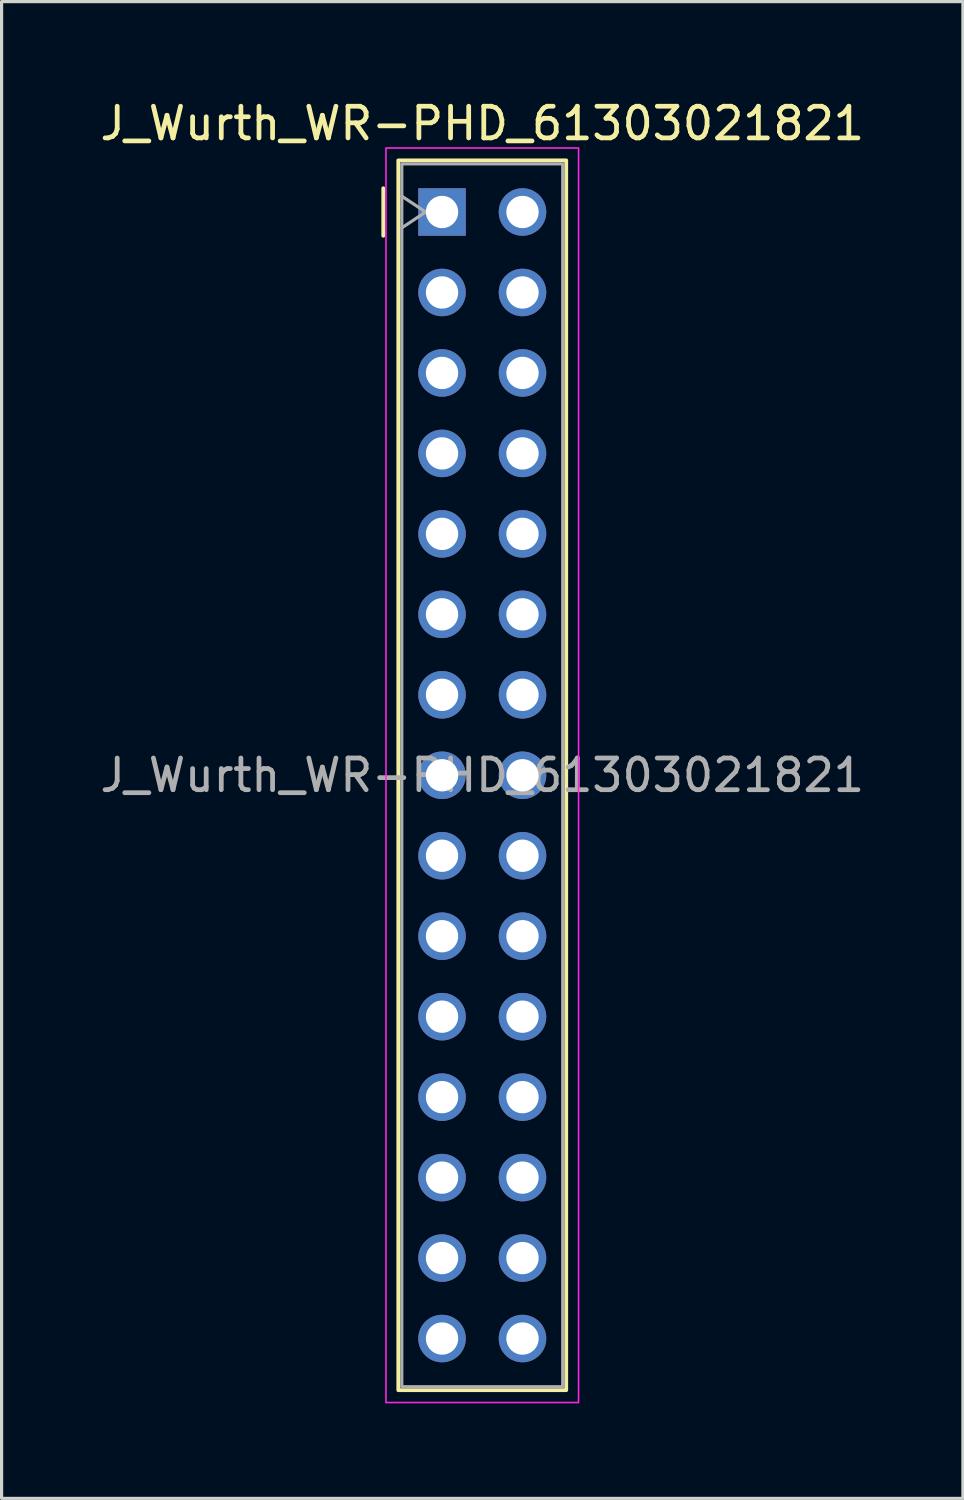
<source format=kicad_pcb>
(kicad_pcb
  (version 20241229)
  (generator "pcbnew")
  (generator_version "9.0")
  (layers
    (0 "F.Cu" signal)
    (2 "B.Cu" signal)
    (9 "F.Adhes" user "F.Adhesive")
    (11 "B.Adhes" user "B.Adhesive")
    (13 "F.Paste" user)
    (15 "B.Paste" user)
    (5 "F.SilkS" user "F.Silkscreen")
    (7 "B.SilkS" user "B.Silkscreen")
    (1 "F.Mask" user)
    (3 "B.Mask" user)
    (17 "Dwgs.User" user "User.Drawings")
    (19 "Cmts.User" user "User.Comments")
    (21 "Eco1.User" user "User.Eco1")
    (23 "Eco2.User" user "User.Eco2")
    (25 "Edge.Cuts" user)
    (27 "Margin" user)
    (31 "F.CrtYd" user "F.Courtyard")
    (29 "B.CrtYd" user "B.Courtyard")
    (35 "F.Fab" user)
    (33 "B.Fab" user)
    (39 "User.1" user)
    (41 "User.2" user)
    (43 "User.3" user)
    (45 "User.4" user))
  (footprint "J_Wurth_WR-PHD_61303021821"
    (layer "F.Cu")
    (at 10.903 3.642)
    (property "Reference" "J_Wurth_WR-PHD_61303021821" (at 1.27 -2.794 0) (unlocked yes) (layer "F.SilkS") (effects (font (size 1 1) (thickness 0.15))))
    (attr through_hole)
    (fp_line (start -1.855 -0.75) (end -1.855 0.75) (stroke (width 0.12) (type solid)) (layer "F.SilkS"))
    (fp_rect (start -1.38 -1.63) (end 3.92 37.19) (stroke (width 0.12) (type solid)) (fill no) (layer "F.SilkS"))
    (fp_rect (start -1.77 -2.02) (end 4.31 37.58) (stroke (width 0.05) (type solid)) (fill no) (layer "F.CrtYd"))
    (fp_line (start -1.27 -0.5) (end -0.52 0) (stroke (width 0.1) (type solid)) (layer "F.Fab"))
    (fp_line (start -0.52 0) (end -1.27 0.5) (stroke (width 0.1) (type solid)) (layer "F.Fab"))
    (fp_rect (start -1.27 -1.52) (end 3.81 37.08) (stroke (width 0.1) (type solid)) (fill no) (layer "F.Fab"))
    (fp_text user "${REFERENCE}" (at 1.27 17.78 0) (unlocked yes) (layer "F.Fab") (effects (font (size 1 1) (thickness 0.15))))
    (pad "1" thru_hole rect (at 0 0) (size 1.5 1.5) (drill 1.02) (layers "*.Cu" "*.Mask"))
    (pad "2" thru_hole circle (at 2.54 0) (size 1.5 1.5) (drill 1.02) (layers "*.Cu" "*.Mask"))
    (pad "3" thru_hole circle (at 0 2.54) (size 1.5 1.5) (drill 1.02) (layers "*.Cu" "*.Mask"))
    (pad "4" thru_hole circle (at 2.54 2.54) (size 1.5 1.5) (drill 1.02) (layers "*.Cu" "*.Mask"))
    (pad "5" thru_hole circle (at 0 5.08) (size 1.5 1.5) (drill 1.02) (layers "*.Cu" "*.Mask"))
    (pad "6" thru_hole circle (at 2.54 5.08) (size 1.5 1.5) (drill 1.02) (layers "*.Cu" "*.Mask"))
    (pad "7" thru_hole circle (at 0 7.62) (size 1.5 1.5) (drill 1.02) (layers "*.Cu" "*.Mask"))
    (pad "8" thru_hole circle (at 2.54 7.62) (size 1.5 1.5) (drill 1.02) (layers "*.Cu" "*.Mask"))
    (pad "9" thru_hole circle (at 0 10.16) (size 1.5 1.5) (drill 1.02) (layers "*.Cu" "*.Mask"))
    (pad "10" thru_hole circle (at 2.54 10.16) (size 1.5 1.5) (drill 1.02) (layers "*.Cu" "*.Mask"))
    (pad "11" thru_hole circle (at 0 12.7) (size 1.5 1.5) (drill 1.02) (layers "*.Cu" "*.Mask"))
    (pad "12" thru_hole circle (at 2.54 12.7) (size 1.5 1.5) (drill 1.02) (layers "*.Cu" "*.Mask"))
    (pad "13" thru_hole circle (at 0 15.24) (size 1.5 1.5) (drill 1.02) (layers "*.Cu" "*.Mask"))
    (pad "14" thru_hole circle (at 2.54 15.24) (size 1.5 1.5) (drill 1.02) (layers "*.Cu" "*.Mask"))
    (pad "15" thru_hole circle (at 0 17.78) (size 1.5 1.5) (drill 1.02) (layers "*.Cu" "*.Mask"))
    (pad "16" thru_hole circle (at 2.54 17.78) (size 1.5 1.5) (drill 1.02) (layers "*.Cu" "*.Mask"))
    (pad "17" thru_hole circle (at 0 20.32) (size 1.5 1.5) (drill 1.02) (layers "*.Cu" "*.Mask"))
    (pad "18" thru_hole circle (at 2.54 20.32) (size 1.5 1.5) (drill 1.02) (layers "*.Cu" "*.Mask"))
    (pad "19" thru_hole circle (at 0 22.86) (size 1.5 1.5) (drill 1.02) (layers "*.Cu" "*.Mask"))
    (pad "20" thru_hole circle (at 2.54 22.86) (size 1.5 1.5) (drill 1.02) (layers "*.Cu" "*.Mask"))
    (pad "21" thru_hole circle (at 0 25.4) (size 1.5 1.5) (drill 1.02) (layers "*.Cu" "*.Mask"))
    (pad "22" thru_hole circle (at 2.54 25.4) (size 1.5 1.5) (drill 1.02) (layers "*.Cu" "*.Mask"))
    (pad "23" thru_hole circle (at 0 27.94) (size 1.5 1.5) (drill 1.02) (layers "*.Cu" "*.Mask"))
    (pad "24" thru_hole circle (at 2.54 27.94) (size 1.5 1.5) (drill 1.02) (layers "*.Cu" "*.Mask"))
    (pad "25" thru_hole circle (at 0 30.48) (size 1.5 1.5) (drill 1.02) (layers "*.Cu" "*.Mask"))
    (pad "26" thru_hole circle (at 2.54 30.48) (size 1.5 1.5) (drill 1.02) (layers "*.Cu" "*.Mask"))
    (pad "27" thru_hole circle (at 0 33.02) (size 1.5 1.5) (drill 1.02) (layers "*.Cu" "*.Mask"))
    (pad "28" thru_hole circle (at 2.54 33.02) (size 1.5 1.5) (drill 1.02) (layers "*.Cu" "*.Mask"))
    (pad "29" thru_hole circle (at 0 35.56) (size 1.5 1.5) (drill 1.02) (layers "*.Cu" "*.Mask"))
    (pad "30" thru_hole circle (at 2.54 35.56) (size 1.5 1.5) (drill 1.02) (layers "*.Cu" "*.Mask")))
  (gr_rect
    (start -3 -3)
    (end 27.345 44.247)
    (stroke (width 0.1) (type default))
    (fill no)
    (layer "Edge.Cuts")))
</source>
